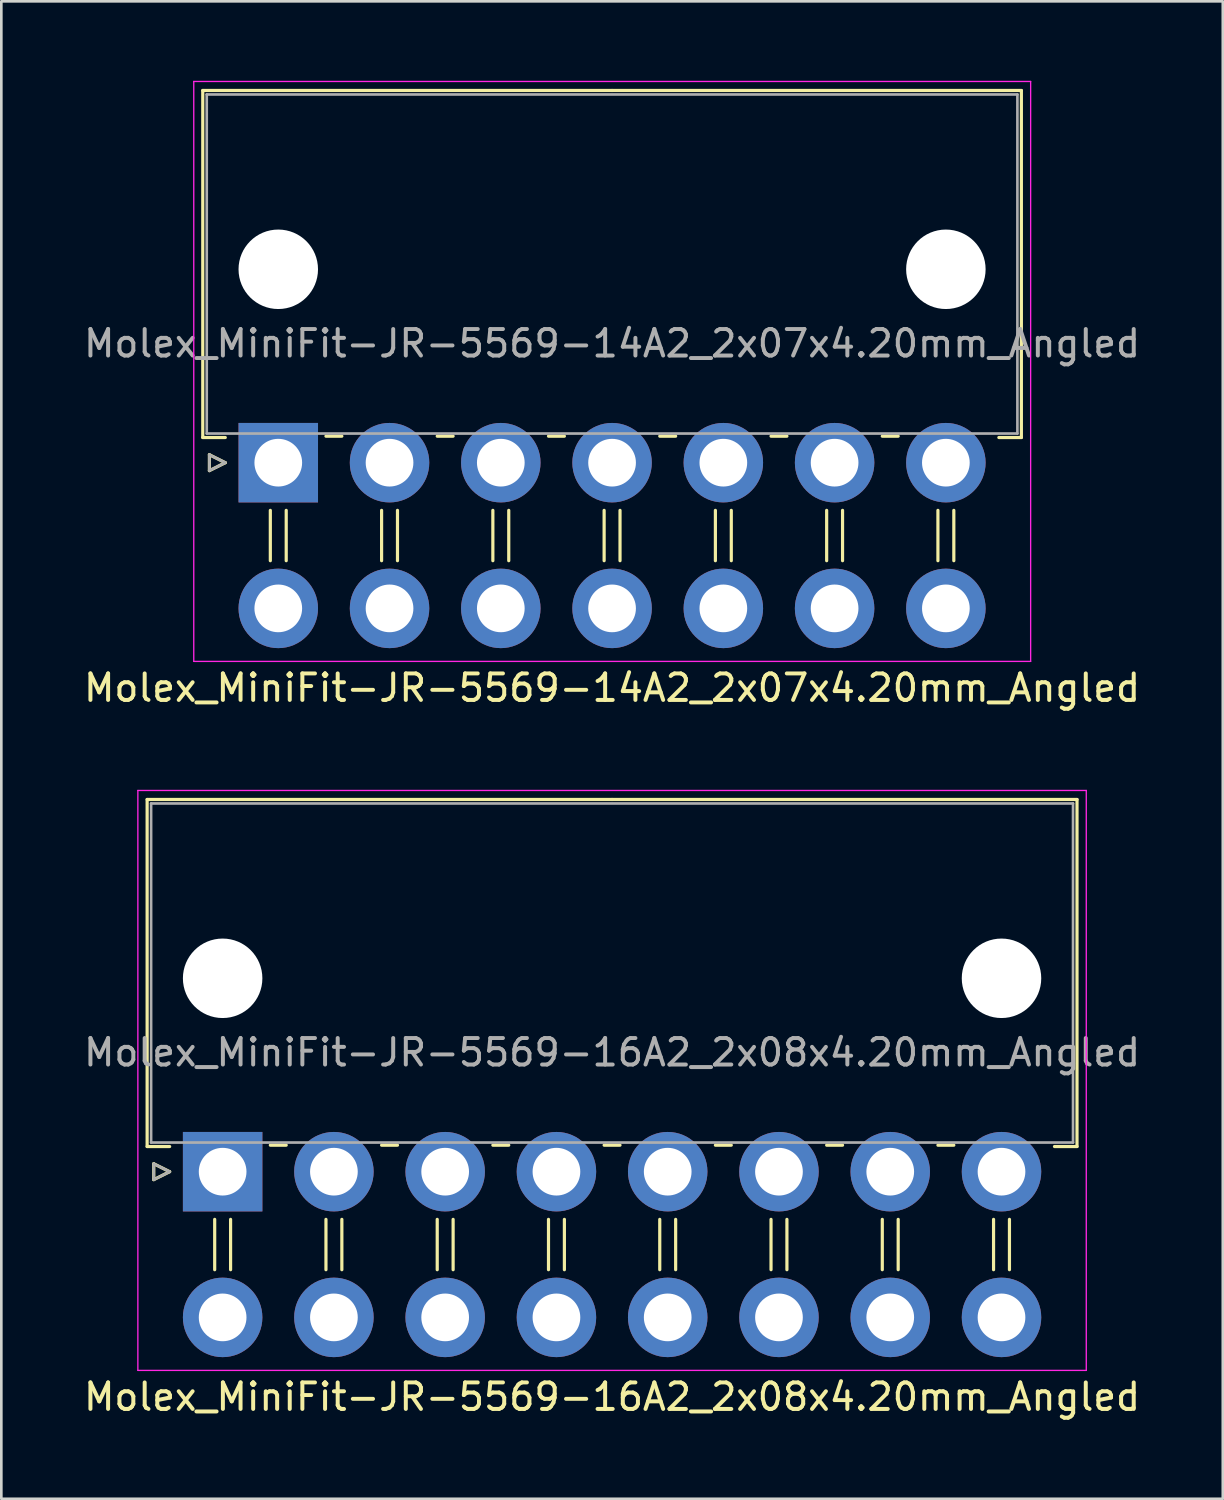
<source format=kicad_pcb>
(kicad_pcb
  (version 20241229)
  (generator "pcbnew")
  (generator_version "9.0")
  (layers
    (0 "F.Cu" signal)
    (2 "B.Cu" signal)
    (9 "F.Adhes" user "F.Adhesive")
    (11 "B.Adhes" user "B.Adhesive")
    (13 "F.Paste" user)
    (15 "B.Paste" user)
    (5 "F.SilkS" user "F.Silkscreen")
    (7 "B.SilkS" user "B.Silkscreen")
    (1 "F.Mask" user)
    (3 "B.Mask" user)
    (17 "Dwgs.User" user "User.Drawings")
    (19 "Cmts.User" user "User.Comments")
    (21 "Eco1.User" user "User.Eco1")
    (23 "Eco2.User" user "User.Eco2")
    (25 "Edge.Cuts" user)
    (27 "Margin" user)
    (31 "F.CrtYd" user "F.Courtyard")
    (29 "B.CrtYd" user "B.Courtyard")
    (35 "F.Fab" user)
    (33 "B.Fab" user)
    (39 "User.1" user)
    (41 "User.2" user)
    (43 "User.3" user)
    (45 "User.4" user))
  (footprint "Molex_MiniFit-JR-5569-14A2_2x07x4.20mm_Angled"
    (layer "F.Cu")
    (at 7.454 14.415)
    (property "Reference" "Molex_MiniFit-JR-5569-14A2_2x07x4.20mm_Angled" (at 12.6 8.5 0) (layer "F.SilkS") (effects (font (size 1 1) (thickness 0.15))))
    (attr through_hole)
    (fp_line (start -2.85 -14.05) (end 12.6 -14.05) (stroke (width 0.12) (type solid)) (layer "F.SilkS"))
    (fp_line (start -2.85 -0.95) (end -2.85 -14.05) (stroke (width 0.12) (type solid)) (layer "F.SilkS"))
    (fp_line (start -2.6 -0.3) (end -2 0) (stroke (width 0.12) (type solid)) (layer "F.SilkS"))
    (fp_line (start -2.6 0.3) (end -2.6 -0.3) (stroke (width 0.12) (type solid)) (layer "F.SilkS"))
    (fp_line (start -2 -0.95) (end -2.85 -0.95) (stroke (width 0.12) (type solid)) (layer "F.SilkS"))
    (fp_line (start -2 0) (end -2.6 0.3) (stroke (width 0.12) (type solid)) (layer "F.SilkS"))
    (fp_line (start -0.3 1.8) (end -0.3 3.7) (stroke (width 0.12) (type solid)) (layer "F.SilkS"))
    (fp_line (start 0.3 1.8) (end 0.3 3.7) (stroke (width 0.12) (type solid)) (layer "F.SilkS"))
    (fp_line (start 1.8 -1) (end 2.4 -1) (stroke (width 0.12) (type solid)) (layer "F.SilkS"))
    (fp_line (start 3.9 1.8) (end 3.9 3.7) (stroke (width 0.12) (type solid)) (layer "F.SilkS"))
    (fp_line (start 4.5 1.8) (end 4.5 3.7) (stroke (width 0.12) (type solid)) (layer "F.SilkS"))
    (fp_line (start 6 -1) (end 6.6 -1) (stroke (width 0.12) (type solid)) (layer "F.SilkS"))
    (fp_line (start 8.1 1.8) (end 8.1 3.7) (stroke (width 0.12) (type solid)) (layer "F.SilkS"))
    (fp_line (start 8.7 1.8) (end 8.7 3.7) (stroke (width 0.12) (type solid)) (layer "F.SilkS"))
    (fp_line (start 10.2 -1) (end 10.8 -1) (stroke (width 0.12) (type solid)) (layer "F.SilkS"))
    (fp_line (start 12.3 1.8) (end 12.3 3.7) (stroke (width 0.12) (type solid)) (layer "F.SilkS"))
    (fp_line (start 12.9 1.8) (end 12.9 3.7) (stroke (width 0.12) (type solid)) (layer "F.SilkS"))
    (fp_line (start 14.4 -1) (end 15 -1) (stroke (width 0.12) (type solid)) (layer "F.SilkS"))
    (fp_line (start 16.5 1.8) (end 16.5 3.7) (stroke (width 0.12) (type solid)) (layer "F.SilkS"))
    (fp_line (start 17.1 1.8) (end 17.1 3.7) (stroke (width 0.12) (type solid)) (layer "F.SilkS"))
    (fp_line (start 18.6 -1) (end 19.2 -1) (stroke (width 0.12) (type solid)) (layer "F.SilkS"))
    (fp_line (start 20.7 1.8) (end 20.7 3.7) (stroke (width 0.12) (type solid)) (layer "F.SilkS"))
    (fp_line (start 21.3 1.8) (end 21.3 3.7) (stroke (width 0.12) (type solid)) (layer "F.SilkS"))
    (fp_line (start 22.8 -1) (end 23.4 -1) (stroke (width 0.12) (type solid)) (layer "F.SilkS"))
    (fp_line (start 24.9 1.8) (end 24.9 3.7) (stroke (width 0.12) (type solid)) (layer "F.SilkS"))
    (fp_line (start 25.5 1.8) (end 25.5 3.7) (stroke (width 0.12) (type solid)) (layer "F.SilkS"))
    (fp_line (start 27.2 -0.95) (end 28.05 -0.95) (stroke (width 0.12) (type solid)) (layer "F.SilkS"))
    (fp_line (start 28.05 -14.05) (end 12.6 -14.05) (stroke (width 0.12) (type solid)) (layer "F.SilkS"))
    (fp_line (start 28.05 -0.95) (end 28.05 -14.05) (stroke (width 0.12) (type solid)) (layer "F.SilkS"))
    (fp_line (start -3.19 -14.39) (end -3.19 7.5) (stroke (width 0.05) (type solid)) (layer "F.CrtYd"))
    (fp_line (start -3.19 7.5) (end 28.4 7.5) (stroke (width 0.05) (type solid)) (layer "F.CrtYd"))
    (fp_line (start 28.4 -14.39) (end -3.19 -14.39) (stroke (width 0.05) (type solid)) (layer "F.CrtYd"))
    (fp_line (start 28.4 7.5) (end 28.4 -14.39) (stroke (width 0.05) (type solid)) (layer "F.CrtYd"))
    (fp_line (start -2.7 -13.9) (end -2.7 -1.1) (stroke (width 0.1) (type solid)) (layer "F.Fab"))
    (fp_line (start -2.7 -1.1) (end 27.9 -1.1) (stroke (width 0.1) (type solid)) (layer "F.Fab"))
    (fp_line (start -2.6 -0.3) (end -2 0) (stroke (width 0.1) (type solid)) (layer "F.Fab"))
    (fp_line (start -2.6 0.3) (end -2.6 -0.3) (stroke (width 0.1) (type solid)) (layer "F.Fab"))
    (fp_line (start -2 0) (end -2.6 0.3) (stroke (width 0.1) (type solid)) (layer "F.Fab"))
    (fp_line (start 27.9 -13.9) (end -2.7 -13.9) (stroke (width 0.1) (type solid)) (layer "F.Fab"))
    (fp_line (start 27.9 -1.1) (end 27.9 -13.9) (stroke (width 0.1) (type solid)) (layer "F.Fab"))
    (fp_text user "${REFERENCE}" (at 12.6 -4.5 0) (layer "F.Fab") (effects (font (size 1 1) (thickness 0.15))))
    (pad "" np_thru_hole circle (at 0 -7.3) (size 3 3) (drill 3) (layers "*.Cu" "*.Mask"))
    (pad "" np_thru_hole circle (at 25.2 -7.3) (size 3 3) (drill 3) (layers "*.Cu" "*.Mask"))
    (pad "1" thru_hole rect (at 0 0) (size 3 3) (drill 1.8) (layers "*.Cu" "*.Mask"))
    (pad "2" thru_hole circle (at 4.2 0) (size 3 3) (drill 1.8) (layers "*.Cu" "*.Mask"))
    (pad "3" thru_hole circle (at 8.4 0) (size 3 3) (drill 1.8) (layers "*.Cu" "*.Mask"))
    (pad "4" thru_hole circle (at 12.6 0) (size 3 3) (drill 1.8) (layers "*.Cu" "*.Mask"))
    (pad "5" thru_hole circle (at 16.8 0) (size 3 3) (drill 1.8) (layers "*.Cu" "*.Mask"))
    (pad "6" thru_hole circle (at 21 0) (size 3 3) (drill 1.8) (layers "*.Cu" "*.Mask"))
    (pad "7" thru_hole circle (at 25.2 0) (size 3 3) (drill 1.8) (layers "*.Cu" "*.Mask"))
    (pad "8" thru_hole circle (at 0 5.5) (size 3 3) (drill 1.8) (layers "*.Cu" "*.Mask"))
    (pad "9" thru_hole circle (at 4.2 5.5) (size 3 3) (drill 1.8) (layers "*.Cu" "*.Mask"))
    (pad "10" thru_hole circle (at 8.4 5.5) (size 3 3) (drill 1.8) (layers "*.Cu" "*.Mask"))
    (pad "11" thru_hole circle (at 12.6 5.5) (size 3 3) (drill 1.8) (layers "*.Cu" "*.Mask"))
    (pad "12" thru_hole circle (at 16.8 5.5) (size 3 3) (drill 1.8) (layers "*.Cu" "*.Mask"))
    (pad "13" thru_hole circle (at 21 5.5) (size 3 3) (drill 1.8) (layers "*.Cu" "*.Mask"))
    (pad "14" thru_hole circle (at 25.2 5.5) (size 3 3) (drill 1.8) (layers "*.Cu" "*.Mask")))
  (footprint "Molex_MiniFit-JR-5569-16A2_2x08x4.20mm_Angled"
    (layer "F.Cu")
    (at 5.354 41.178)
    (property "Reference" "Molex_MiniFit-JR-5569-16A2_2x08x4.20mm_Angled" (at 14.7 8.5 0) (layer "F.SilkS") (effects (font (size 1 1) (thickness 0.15))))
    (attr through_hole)
    (fp_line (start -2.85 -14.05) (end 14.7 -14.05) (stroke (width 0.12) (type solid)) (layer "F.SilkS"))
    (fp_line (start -2.85 -0.95) (end -2.85 -14.05) (stroke (width 0.12) (type solid)) (layer "F.SilkS"))
    (fp_line (start -2.6 -0.3) (end -2 0) (stroke (width 0.12) (type solid)) (layer "F.SilkS"))
    (fp_line (start -2.6 0.3) (end -2.6 -0.3) (stroke (width 0.12) (type solid)) (layer "F.SilkS"))
    (fp_line (start -2 -0.95) (end -2.85 -0.95) (stroke (width 0.12) (type solid)) (layer "F.SilkS"))
    (fp_line (start -2 0) (end -2.6 0.3) (stroke (width 0.12) (type solid)) (layer "F.SilkS"))
    (fp_line (start -0.3 1.8) (end -0.3 3.7) (stroke (width 0.12) (type solid)) (layer "F.SilkS"))
    (fp_line (start 0.3 1.8) (end 0.3 3.7) (stroke (width 0.12) (type solid)) (layer "F.SilkS"))
    (fp_line (start 1.8 -1) (end 2.4 -1) (stroke (width 0.12) (type solid)) (layer "F.SilkS"))
    (fp_line (start 3.9 1.8) (end 3.9 3.7) (stroke (width 0.12) (type solid)) (layer "F.SilkS"))
    (fp_line (start 4.5 1.8) (end 4.5 3.7) (stroke (width 0.12) (type solid)) (layer "F.SilkS"))
    (fp_line (start 6 -1) (end 6.6 -1) (stroke (width 0.12) (type solid)) (layer "F.SilkS"))
    (fp_line (start 8.1 1.8) (end 8.1 3.7) (stroke (width 0.12) (type solid)) (layer "F.SilkS"))
    (fp_line (start 8.7 1.8) (end 8.7 3.7) (stroke (width 0.12) (type solid)) (layer "F.SilkS"))
    (fp_line (start 10.2 -1) (end 10.8 -1) (stroke (width 0.12) (type solid)) (layer "F.SilkS"))
    (fp_line (start 12.3 1.8) (end 12.3 3.7) (stroke (width 0.12) (type solid)) (layer "F.SilkS"))
    (fp_line (start 12.9 1.8) (end 12.9 3.7) (stroke (width 0.12) (type solid)) (layer "F.SilkS"))
    (fp_line (start 14.4 -1) (end 15 -1) (stroke (width 0.12) (type solid)) (layer "F.SilkS"))
    (fp_line (start 16.5 1.8) (end 16.5 3.7) (stroke (width 0.12) (type solid)) (layer "F.SilkS"))
    (fp_line (start 17.1 1.8) (end 17.1 3.7) (stroke (width 0.12) (type solid)) (layer "F.SilkS"))
    (fp_line (start 18.6 -1) (end 19.2 -1) (stroke (width 0.12) (type solid)) (layer "F.SilkS"))
    (fp_line (start 20.7 1.8) (end 20.7 3.7) (stroke (width 0.12) (type solid)) (layer "F.SilkS"))
    (fp_line (start 21.3 1.8) (end 21.3 3.7) (stroke (width 0.12) (type solid)) (layer "F.SilkS"))
    (fp_line (start 22.8 -1) (end 23.4 -1) (stroke (width 0.12) (type solid)) (layer "F.SilkS"))
    (fp_line (start 24.9 1.8) (end 24.9 3.7) (stroke (width 0.12) (type solid)) (layer "F.SilkS"))
    (fp_line (start 25.5 1.8) (end 25.5 3.7) (stroke (width 0.12) (type solid)) (layer "F.SilkS"))
    (fp_line (start 27 -1) (end 27.6 -1) (stroke (width 0.12) (type solid)) (layer "F.SilkS"))
    (fp_line (start 29.1 1.8) (end 29.1 3.7) (stroke (width 0.12) (type solid)) (layer "F.SilkS"))
    (fp_line (start 29.7 1.8) (end 29.7 3.7) (stroke (width 0.12) (type solid)) (layer "F.SilkS"))
    (fp_line (start 31.4 -0.95) (end 32.25 -0.95) (stroke (width 0.12) (type solid)) (layer "F.SilkS"))
    (fp_line (start 32.25 -14.05) (end 14.7 -14.05) (stroke (width 0.12) (type solid)) (layer "F.SilkS"))
    (fp_line (start 32.25 -0.95) (end 32.25 -14.05) (stroke (width 0.12) (type solid)) (layer "F.SilkS"))
    (fp_line (start -3.2 -14.39) (end -3.2 7.5) (stroke (width 0.05) (type solid)) (layer "F.CrtYd"))
    (fp_line (start -3.2 7.5) (end 32.6 7.5) (stroke (width 0.05) (type solid)) (layer "F.CrtYd"))
    (fp_line (start 32.6 -14.39) (end -3.2 -14.39) (stroke (width 0.05) (type solid)) (layer "F.CrtYd"))
    (fp_line (start 32.6 7.5) (end 32.6 -14.39) (stroke (width 0.05) (type solid)) (layer "F.CrtYd"))
    (fp_line (start -2.7 -13.9) (end -2.7 -1.1) (stroke (width 0.1) (type solid)) (layer "F.Fab"))
    (fp_line (start -2.7 -1.1) (end 32.1 -1.1) (stroke (width 0.1) (type solid)) (layer "F.Fab"))
    (fp_line (start -2.6 -0.3) (end -2 0) (stroke (width 0.1) (type solid)) (layer "F.Fab"))
    (fp_line (start -2.6 0.3) (end -2.6 -0.3) (stroke (width 0.1) (type solid)) (layer "F.Fab"))
    (fp_line (start -2 0) (end -2.6 0.3) (stroke (width 0.1) (type solid)) (layer "F.Fab"))
    (fp_line (start 32.1 -13.9) (end -2.7 -13.9) (stroke (width 0.1) (type solid)) (layer "F.Fab"))
    (fp_line (start 32.1 -1.1) (end 32.1 -13.9) (stroke (width 0.1) (type solid)) (layer "F.Fab"))
    (fp_text user "${REFERENCE}" (at 14.7 -4.5 0) (layer "F.Fab") (effects (font (size 1 1) (thickness 0.15))))
    (pad "" np_thru_hole circle (at 0 -7.3) (size 3 3) (drill 3) (layers "*.Cu" "*.Mask"))
    (pad "" np_thru_hole circle (at 29.4 -7.3) (size 3 3) (drill 3) (layers "*.Cu" "*.Mask"))
    (pad "1" thru_hole rect (at 0 0) (size 3 3) (drill 1.8) (layers "*.Cu" "*.Mask"))
    (pad "2" thru_hole circle (at 4.2 0) (size 3 3) (drill 1.8) (layers "*.Cu" "*.Mask"))
    (pad "3" thru_hole circle (at 8.4 0) (size 3 3) (drill 1.8) (layers "*.Cu" "*.Mask"))
    (pad "4" thru_hole circle (at 12.6 0) (size 3 3) (drill 1.8) (layers "*.Cu" "*.Mask"))
    (pad "5" thru_hole circle (at 16.8 0) (size 3 3) (drill 1.8) (layers "*.Cu" "*.Mask"))
    (pad "6" thru_hole circle (at 21 0) (size 3 3) (drill 1.8) (layers "*.Cu" "*.Mask"))
    (pad "7" thru_hole circle (at 25.2 0) (size 3 3) (drill 1.8) (layers "*.Cu" "*.Mask"))
    (pad "8" thru_hole circle (at 29.4 0) (size 3 3) (drill 1.8) (layers "*.Cu" "*.Mask"))
    (pad "9" thru_hole circle (at 0 5.5) (size 3 3) (drill 1.8) (layers "*.Cu" "*.Mask"))
    (pad "10" thru_hole circle (at 4.2 5.5) (size 3 3) (drill 1.8) (layers "*.Cu" "*.Mask"))
    (pad "11" thru_hole circle (at 8.4 5.5) (size 3 3) (drill 1.8) (layers "*.Cu" "*.Mask"))
    (pad "12" thru_hole circle (at 12.6 5.5) (size 3 3) (drill 1.8) (layers "*.Cu" "*.Mask"))
    (pad "13" thru_hole circle (at 16.8 5.5) (size 3 3) (drill 1.8) (layers "*.Cu" "*.Mask"))
    (pad "14" thru_hole circle (at 21 5.5) (size 3 3) (drill 1.8) (layers "*.Cu" "*.Mask"))
    (pad "15" thru_hole circle (at 25.2 5.5) (size 3 3) (drill 1.8) (layers "*.Cu" "*.Mask"))
    (pad "16" thru_hole circle (at 29.4 5.5) (size 3 3) (drill 1.8) (layers "*.Cu" "*.Mask")))
  (gr_rect
    (start -3 -3)
    (end 43.107 53.526)
    (stroke (width 0.1) (type default))
    (fill no)
    (layer "Edge.Cuts")))
</source>
